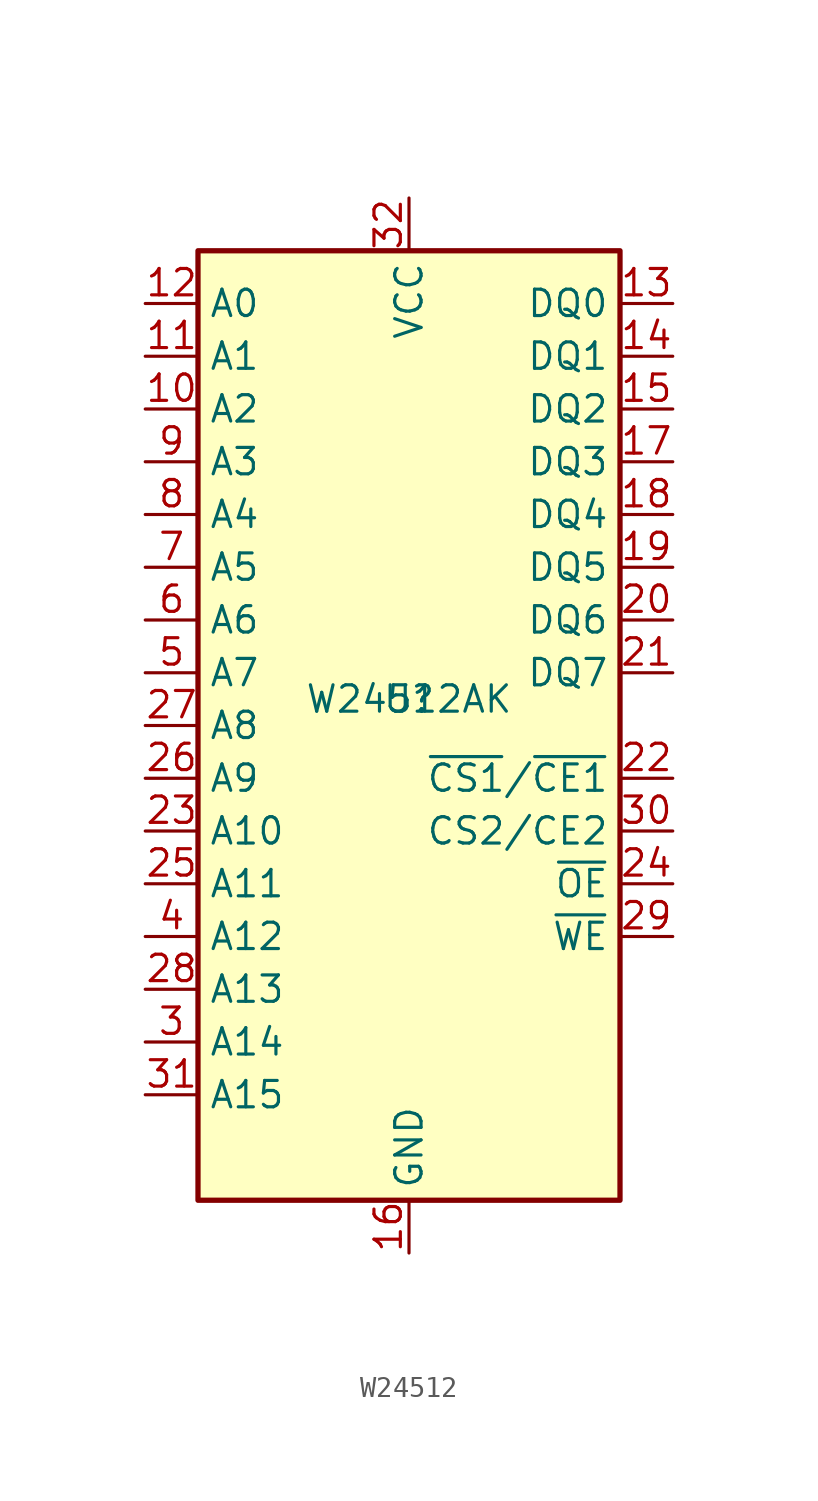
<source format=kicad_sym>
(kicad_symbol_lib
  (version 20241209)
  (generator "kicad_symbol_editor")
  (generator_version "9.0")
  (symbol "W24512"
    (property "Reference" "U"
      (at 0 0 0)
      (effects (font (size 1.27 1.27))))
    (property "Value" "W24512AK"
      (at 0 0 0)
      (effects (font (size 1.27 1.27))))
    (symbol "W24512_0_0"
      (pin power_in line (at 0 24.13 270) (length 2.54) (name "VCC" (effects (font (size 1.27 1.27)))) (number "32" (effects (font (size 1.27 1.27)))))
      (pin power_in line (at 0 -26.67 90) (length 2.54) (name "GND" (effects (font (size 1.27 1.27)))) (number "16" (effects (font (size 1.27 1.27))))))
    (symbol "W24512_0_1"
      (rectangle (start -10.16 21.59) (end 10.16 -24.13) (stroke (width 0.254) (type default)) (fill (type background))))
    (symbol "W24512_1_0"
      (pin no_connect line (at 10.16 -19.05 180) (length 2.54) (hide yes) (name "NC" (effects (font (size 1.27 1.27)))) (number "2" (effects (font (size 1.27 1.27))))))
    (symbol "W24512_1_1"
      (pin input line (at -12.7 19.05 0) (length 2.54) (name "A0" (effects (font (size 1.27 1.27)))) (number "12" (effects (font (size 1.27 1.27)))))
      (pin input line (at -12.7 16.51 0) (length 2.54) (name "A1" (effects (font (size 1.27 1.27)))) (number "11" (effects (font (size 1.27 1.27)))))
      (pin input line (at -12.7 13.97 0) (length 2.54) (name "A2" (effects (font (size 1.27 1.27)))) (number "10" (effects (font (size 1.27 1.27)))))
      (pin input line (at -12.7 11.43 0) (length 2.54) (name "A3" (effects (font (size 1.27 1.27)))) (number "9" (effects (font (size 1.27 1.27)))))
      (pin input line (at -12.7 8.89 0) (length 2.54) (name "A4" (effects (font (size 1.27 1.27)))) (number "8" (effects (font (size 1.27 1.27)))))
      (pin input line (at -12.7 6.35 0) (length 2.54) (name "A5" (effects (font (size 1.27 1.27)))) (number "7" (effects (font (size 1.27 1.27)))))
      (pin input line (at -12.7 3.81 0) (length 2.54) (name "A6" (effects (font (size 1.27 1.27)))) (number "6" (effects (font (size 1.27 1.27)))))
      (pin input line (at -12.7 1.27 0) (length 2.54) (name "A7" (effects (font (size 1.27 1.27)))) (number "5" (effects (font (size 1.27 1.27)))))
      (pin input line (at -12.7 -1.27 0) (length 2.54) (name "A8" (effects (font (size 1.27 1.27)))) (number "27" (effects (font (size 1.27 1.27)))))
      (pin input line (at -12.7 -3.81 0) (length 2.54) (name "A9" (effects (font (size 1.27 1.27)))) (number "26" (effects (font (size 1.27 1.27)))))
      (pin input line (at -12.7 -6.35 0) (length 2.54) (name "A10" (effects (font (size 1.27 1.27)))) (number "23" (effects (font (size 1.27 1.27)))))
      (pin input line (at -12.7 -8.89 0) (length 2.54) (name "A11" (effects (font (size 1.27 1.27)))) (number "25" (effects (font (size 1.27 1.27)))))
      (pin input line (at -12.7 -11.43 0) (length 2.54) (name "A12" (effects (font (size 1.27 1.27)))) (number "4" (effects (font (size 1.27 1.27)))))
      (pin input line (at -12.7 -13.97 0) (length 2.54) (name "A13" (effects (font (size 1.27 1.27)))) (number "28" (effects (font (size 1.27 1.27)))))
      (pin input line (at -12.7 -16.51 0) (length 2.54) (name "A14" (effects (font (size 1.27 1.27)))) (number "3" (effects (font (size 1.27 1.27)))))
      (pin input line (at -12.7 -19.05 0) (length 2.54) (name "A15" (effects (font (size 1.27 1.27)))) (number "31" (effects (font (size 1.27 1.27)))))
      (pin no_connect line (at 10.16 -21.59 180) (length 2.54) (hide yes) (name "NC" (effects (font (size 1.27 1.27)))) (number "1" (effects (font (size 1.27 1.27)))))
      (pin tri_state line (at 12.7 19.05 180) (length 2.54) (name "DQ0" (effects (font (size 1.27 1.27)))) (number "13" (effects (font (size 1.27 1.27)))))
      (pin tri_state line (at 12.7 16.51 180) (length 2.54) (name "DQ1" (effects (font (size 1.27 1.27)))) (number "14" (effects (font (size 1.27 1.27)))))
      (pin tri_state line (at 12.7 13.97 180) (length 2.54) (name "DQ2" (effects (font (size 1.27 1.27)))) (number "15" (effects (font (size 1.27 1.27)))))
      (pin tri_state line (at 12.7 11.43 180) (length 2.54) (name "DQ3" (effects (font (size 1.27 1.27)))) (number "17" (effects (font (size 1.27 1.27)))))
      (pin tri_state line (at 12.7 8.89 180) (length 2.54) (name "DQ4" (effects (font (size 1.27 1.27)))) (number "18" (effects (font (size 1.27 1.27)))))
      (pin tri_state line (at 12.7 6.35 180) (length 2.54) (name "DQ5" (effects (font (size 1.27 1.27)))) (number "19" (effects (font (size 1.27 1.27)))))
      (pin tri_state line (at 12.7 3.81 180) (length 2.54) (name "DQ6" (effects (font (size 1.27 1.27)))) (number "20" (effects (font (size 1.27 1.27)))))
      (pin tri_state line (at 12.7 1.27 180) (length 2.54) (name "DQ7" (effects (font (size 1.27 1.27)))) (number "21" (effects (font (size 1.27 1.27)))))
      (pin input line (at 12.7 -3.81 180) (length 2.54) (name "~{CS1}/~{CE1}" (effects (font (size 1.27 1.27)))) (number "22" (effects (font (size 1.27 1.27)))))
      (pin input line (at 12.7 -6.35 180) (length 2.54) (name "CS2/CE2" (effects (font (size 1.27 1.27)))) (number "30" (effects (font (size 1.27 1.27)))))
      (pin input line (at 12.7 -8.89 180) (length 2.54) (name "~{OE}" (effects (font (size 1.27 1.27)))) (number "24" (effects (font (size 1.27 1.27)))))
      (pin input line (at 12.7 -11.43 180) (length 2.54) (name "~{WE}" (effects (font (size 1.27 1.27)))) (number "29" (effects (font (size 1.27 1.27))))))))
</source>
